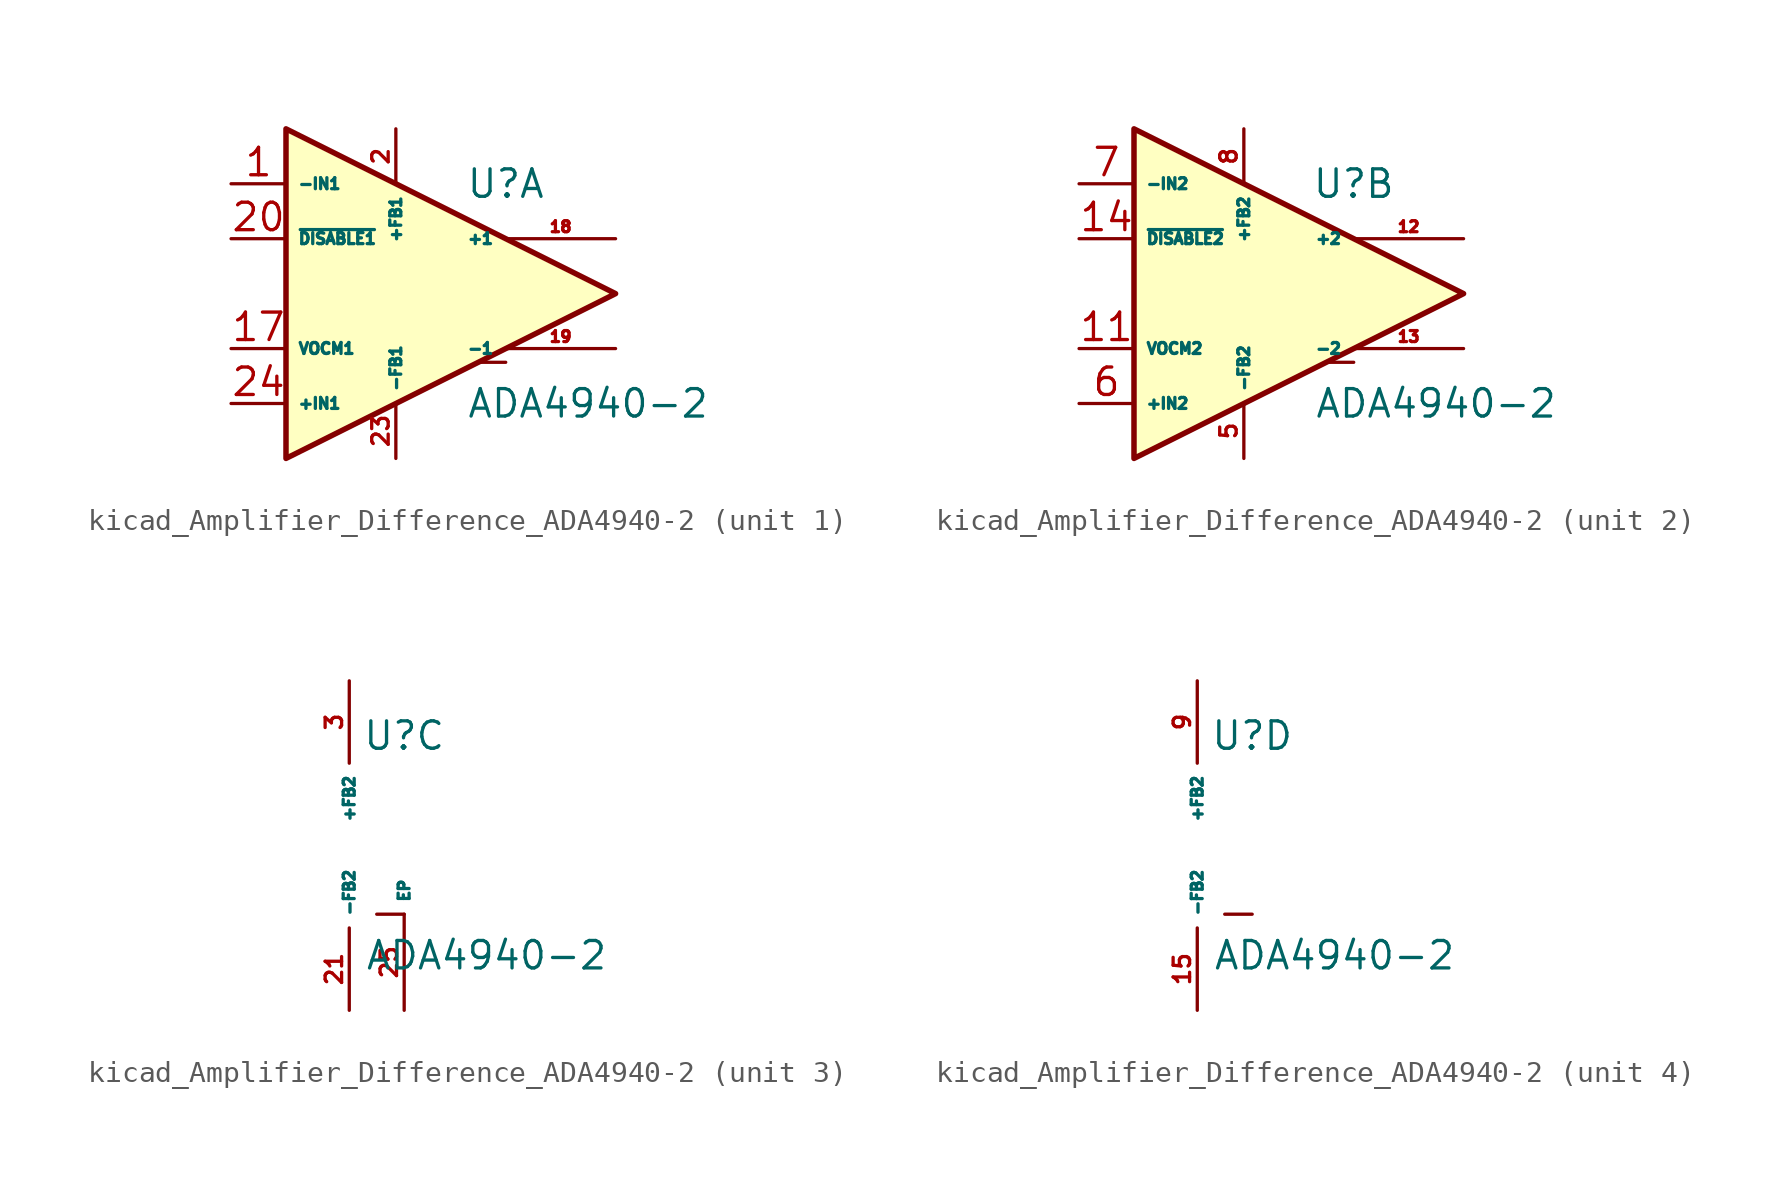
<source format=kicad_sym>
(kicad_symbol_lib
  (version 20220914)
  (generator kicad_symbol_editor)
  (symbol "kicad_Amplifier_Difference_ADA4940-2"
    (property "Reference" "U"
      (at 5.08 5.08 0)
      (effects (font (size 1.27 1.27))))
    (property "Value" "ADA4940-2"
      (at 8.89 -5.08 0)
      (effects (font (size 1.27 1.27))))
    (symbol "kicad_Amplifier_Difference_ADA4940-2_0_1"
      (polyline (pts (xy 5.08 -3.175) (xy 3.81 -3.175)) (stroke (width 0) (type default)) (fill (type none))))
    (symbol "kicad_Amplifier_Difference_ADA4940-2_1_1"
      (polyline (pts (xy -5.08 7.62) (xy -5.08 -7.62) (xy 10.16 0) (xy -5.08 7.62)) (stroke (width 0.254) (type default)) (fill (type background)))
      (pin input line (at -7.62 5.08 0) (length 2.54) (name "-IN1" (effects (font (size 0.508 0.508)))) (number "1" (effects (font (size 1.27 1.27)))))
      (pin input line (at -7.62 -2.54 0) (length 2.54) (name "VOCM1" (effects (font (size 0.508 0.508)))) (number "17" (effects (font (size 1.27 1.27)))))
      (pin output line (at 10.16 2.54 180) (length 5.08) (name "+1" (effects (font (size 0.508 0.508)))) (number "18" (effects (font (size 0.508 0.508)))))
      (pin output line (at 10.16 -2.54 180) (length 5.08) (name "-1" (effects (font (size 0.508 0.508)))) (number "19" (effects (font (size 0.508 0.508)))))
      (pin input line (at 0 7.62 270) (length 2.54) (name "+FB1" (effects (font (size 0.508 0.508)))) (number "2" (effects (font (size 0.762 0.762)))))
      (pin input line (at -7.62 2.54 0) (length 2.54) (name "~{DISABLE1}" (effects (font (size 0.508 0.508)))) (number "20" (effects (font (size 1.27 1.27)))))
      (pin input line (at 0 -7.62 90) (length 2.54) (name "-FB1" (effects (font (size 0.508 0.508)))) (number "23" (effects (font (size 0.762 0.762)))))
      (pin input line (at -7.62 -5.08 0) (length 2.54) (name "+IN1" (effects (font (size 0.508 0.508)))) (number "24" (effects (font (size 1.27 1.27))))))
    (symbol "kicad_Amplifier_Difference_ADA4940-2_2_1"
      (polyline (pts (xy -5.08 7.62) (xy -5.08 -7.62) (xy 10.16 0) (xy -5.08 7.62)) (stroke (width 0.254) (type default)) (fill (type background)))
      (pin input line (at -7.62 -2.54 0) (length 2.54) (name "VOCM2" (effects (font (size 0.508 0.508)))) (number "11" (effects (font (size 1.27 1.27)))))
      (pin output line (at 10.16 2.54 180) (length 5.08) (name "+2" (effects (font (size 0.508 0.508)))) (number "12" (effects (font (size 0.508 0.508)))))
      (pin output line (at 10.16 -2.54 180) (length 5.08) (name "-2" (effects (font (size 0.508 0.508)))) (number "13" (effects (font (size 0.508 0.508)))))
      (pin input line (at -7.62 2.54 0) (length 2.54) (name "~{DISABLE2}" (effects (font (size 0.508 0.508)))) (number "14" (effects (font (size 1.27 1.27)))))
      (pin input line (at 0 -7.62 90) (length 2.54) (name "-FB2" (effects (font (size 0.508 0.508)))) (number "5" (effects (font (size 0.762 0.762)))))
      (pin input line (at -7.62 -5.08 0) (length 2.54) (name "+IN2" (effects (font (size 0.508 0.508)))) (number "6" (effects (font (size 1.27 1.27)))))
      (pin input line (at -7.62 5.08 0) (length 2.54) (name "-IN2" (effects (font (size 0.508 0.508)))) (number "7" (effects (font (size 1.27 1.27)))))
      (pin input line (at 0 7.62 270) (length 2.54) (name "+FB2" (effects (font (size 0.508 0.508)))) (number "8" (effects (font (size 0.762 0.762))))))
    (symbol "kicad_Amplifier_Difference_ADA4940-2_3_1"
      (pin input line (at 2.54 -7.62 90) (length 3.81) (name "-FB2" (effects (font (size 0.508 0.508)))) (number "21" (effects (font (size 0.762 0.762)))))
      (pin input line (at 2.54 -7.62 90) (length 3.81) hide (name "-FB2" (effects (font (size 0.508 0.508)))) (number "22" (effects (font (size 0.762 0.762)))))
      (pin passive line (at 5.08 -7.62 90) (length 4.445) (name "EP" (effects (font (size 0.508 0.508)))) (number "25" (effects (font (size 0.762 0.762)))))
      (pin input line (at 2.54 7.62 270) (length 3.81) (name "+FB2" (effects (font (size 0.508 0.508)))) (number "3" (effects (font (size 0.762 0.762)))))
      (pin input line (at 2.54 7.62 270) (length 3.81) hide (name "+FB2" (effects (font (size 0.508 0.508)))) (number "4" (effects (font (size 0.762 0.762))))))
    (symbol "kicad_Amplifier_Difference_ADA4940-2_4_1"
      (pin input line (at 2.54 7.62 270) (length 3.81) hide (name "+FB2" (effects (font (size 0.508 0.508)))) (number "10" (effects (font (size 0.762 0.762)))))
      (pin input line (at 2.54 -7.62 90) (length 3.81) (name "-FB2" (effects (font (size 0.508 0.508)))) (number "15" (effects (font (size 0.762 0.762)))))
      (pin input line (at 2.54 -7.62 90) (length 3.81) hide (name "-FB2" (effects (font (size 0.508 0.508)))) (number "16" (effects (font (size 0.762 0.762)))))
      (pin input line (at 2.54 7.62 270) (length 3.81) (name "+FB2" (effects (font (size 0.508 0.508)))) (number "9" (effects (font (size 0.762 0.762))))))))
</source>
